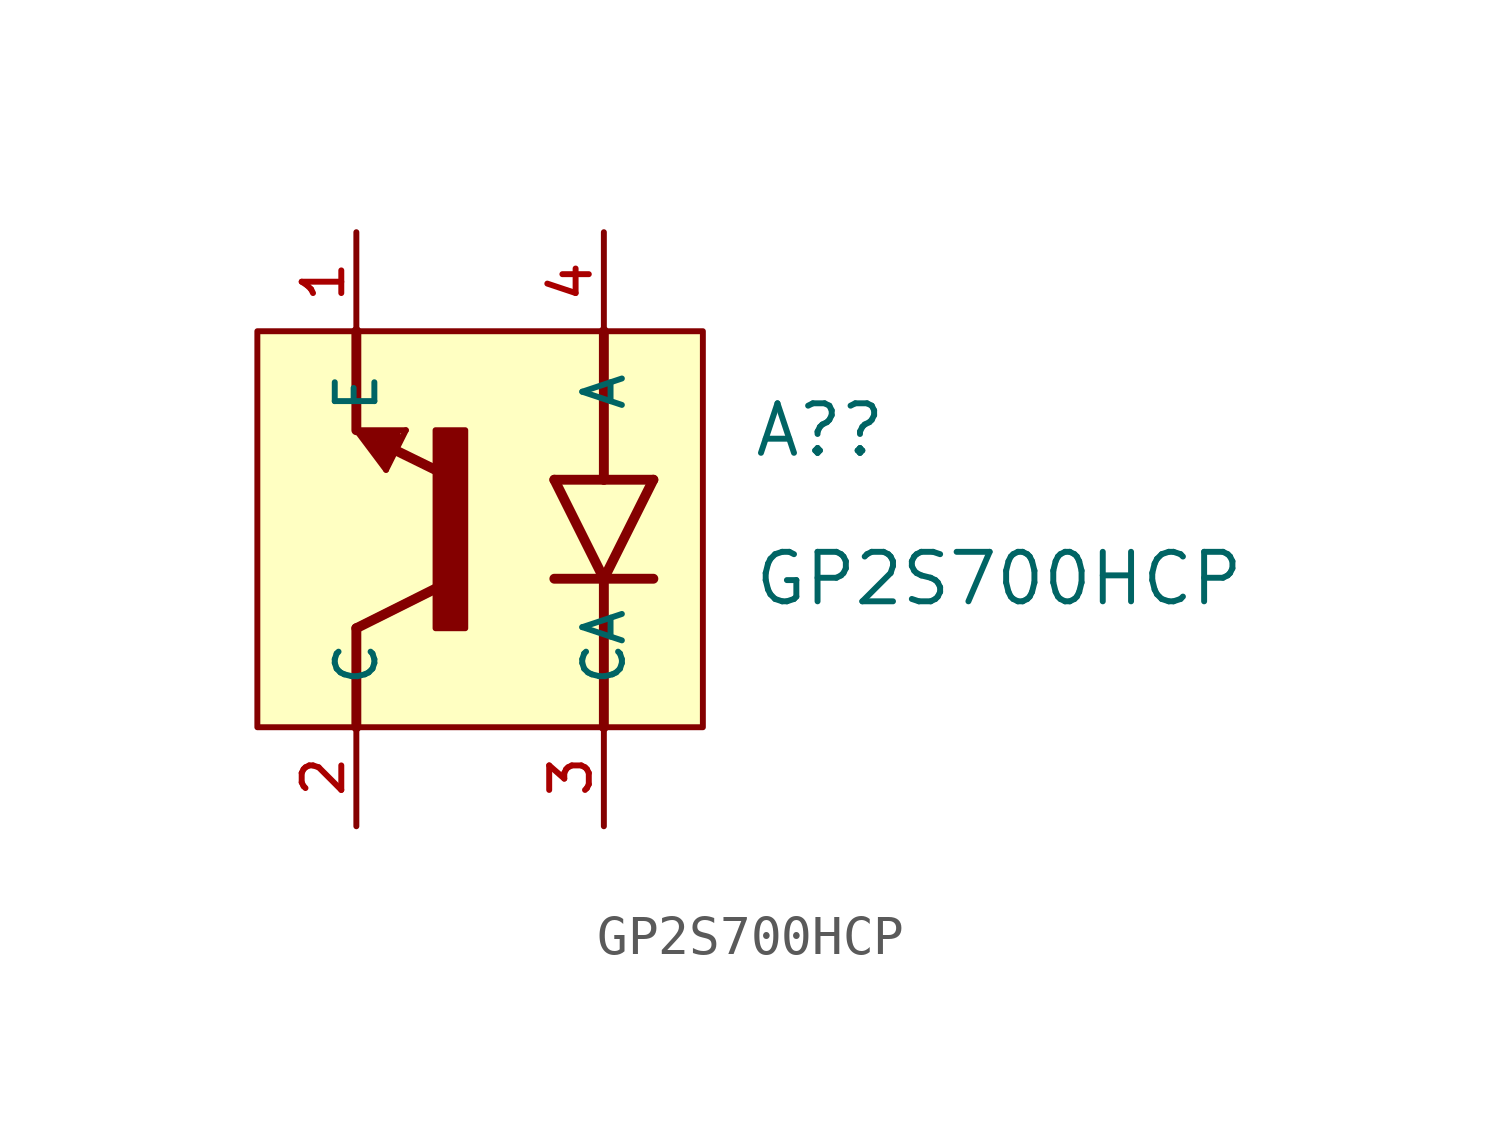
<source format=kicad_sym>
(kicad_symbol_lib
  (version 20211014)
  (generator kicad_symbol_editor)
  (symbol "GP2S700HCP"
    (pin_names
      (offset 1.016))
    (property "Reference" "A?"
      (at 5.08 2.54 0)
      (effects (font (size 1.27 1.27)) (justify left)))
    (property "Value" "GP2S700HCP"
      (at 5.08 -1.27 0)
      (effects (font (size 1.27 1.27)) (justify left)))
    (property "ki_locked" ""
      (at 0 0 0)
      (effects (font (size 1.27 1.27))))
    (symbol "GP2S700HCP_0_0"
      (rectangle (start -7.62 5.08) (end 3.81 -5.08) (stroke (width 0.152) (type default) (color 0 0 0 0)) (fill (type background)))
      (polyline (pts (xy -5.08 -2.54) (xy -5.08 -5.08)) (stroke (width 0.254) (type default) (color 0 0 0 0)) (fill (type none)))
      (polyline (pts (xy -5.08 -2.54) (xy -3.048 -1.524)) (stroke (width 0.254) (type default) (color 0 0 0 0)) (fill (type none)))
      (polyline (pts (xy -5.08 2.54) (xy -3.81 2.54)) (stroke (width 0.152) (type default) (color 0 0 0 0)) (fill (type none)))
      (polyline (pts (xy -5.08 5.08) (xy -5.08 2.54)) (stroke (width 0.254) (type default) (color 0 0 0 0)) (fill (type none)))
      (polyline (pts (xy -4.826 2.413) (xy -4.318 1.778)) (stroke (width 0.254) (type default) (color 0 0 0 0)) (fill (type none)))
      (polyline (pts (xy -4.445 2.286) (xy -4.318 2.032)) (stroke (width 0.254) (type default) (color 0 0 0 0)) (fill (type none)))
      (polyline (pts (xy -4.318 1.524) (xy -5.08 2.54)) (stroke (width 0.152) (type default) (color 0 0 0 0)) (fill (type none)))
      (polyline (pts (xy -4.318 1.778) (xy -4.064 2.286)) (stroke (width 0.254) (type default) (color 0 0 0 0)) (fill (type none)))
      (polyline (pts (xy -4.089 2.032) (xy -2.845 1.422)) (stroke (width 0.254) (type default) (color 0 0 0 0)) (fill (type none)))
      (polyline (pts (xy -4.064 2.286) (xy -4.445 2.286)) (stroke (width 0.254) (type default) (color 0 0 0 0)) (fill (type none)))
      (polyline (pts (xy -4.064 2.413) (xy -4.826 2.413)) (stroke (width 0.254) (type default) (color 0 0 0 0)) (fill (type none)))
      (polyline (pts (xy -3.81 2.54) (xy -4.318 1.524)) (stroke (width 0.152) (type default) (color 0 0 0 0)) (fill (type none)))
      (polyline (pts (xy 0 -1.27) (xy 1.27 -1.27)) (stroke (width 0.254) (type default) (color 0 0 0 0)) (fill (type none)))
      (polyline (pts (xy 0 1.27) (xy 1.27 1.27)) (stroke (width 0.254) (type default) (color 0 0 0 0)) (fill (type none)))
      (polyline (pts (xy 1.27 -1.27) (xy 0 1.27)) (stroke (width 0.254) (type default) (color 0 0 0 0)) (fill (type none)))
      (polyline (pts (xy 1.27 -1.27) (xy 1.27 -5.08)) (stroke (width 0.254) (type default) (color 0 0 0 0)) (fill (type none)))
      (polyline (pts (xy 1.27 -1.27) (xy 2.54 -1.27)) (stroke (width 0.254) (type default) (color 0 0 0 0)) (fill (type none)))
      (polyline (pts (xy 1.27 1.27) (xy 2.54 1.27)) (stroke (width 0.254) (type default) (color 0 0 0 0)) (fill (type none)))
      (polyline (pts (xy 1.27 5.08) (xy 1.27 1.27)) (stroke (width 0.254) (type default) (color 0 0 0 0)) (fill (type none)))
      (polyline (pts (xy 2.54 1.27) (xy 1.27 -1.27)) (stroke (width 0.254) (type default) (color 0 0 0 0)) (fill (type none)))
      (polyline (pts (xy -3.048 2.54) (xy -2.286 2.54) (xy -2.286 -2.54) (xy -3.048 -2.54) (xy -3.048 2.54)) (stroke (width 0) (type default) (color 0 0 0 0)) (fill (type outline)))
      (pin passive line (at -5.08 7.62 270) (length 2.54) (name "E" (effects (font (size 1.016 1.016)))) (number "1" (effects (font (size 1.016 1.016)))))
      (pin passive line (at -5.08 -7.62 90) (length 2.54) (name "C" (effects (font (size 1.016 1.016)))) (number "2" (effects (font (size 1.016 1.016)))))
      (pin passive line (at 1.27 -7.62 90) (length 2.54) (name "CA" (effects (font (size 1.016 1.016)))) (number "3" (effects (font (size 1.016 1.016)))))
      (pin passive line (at 1.27 7.62 270) (length 2.54) (name "A" (effects (font (size 1.016 1.016)))) (number "4" (effects (font (size 1.016 1.016))))))))
</source>
